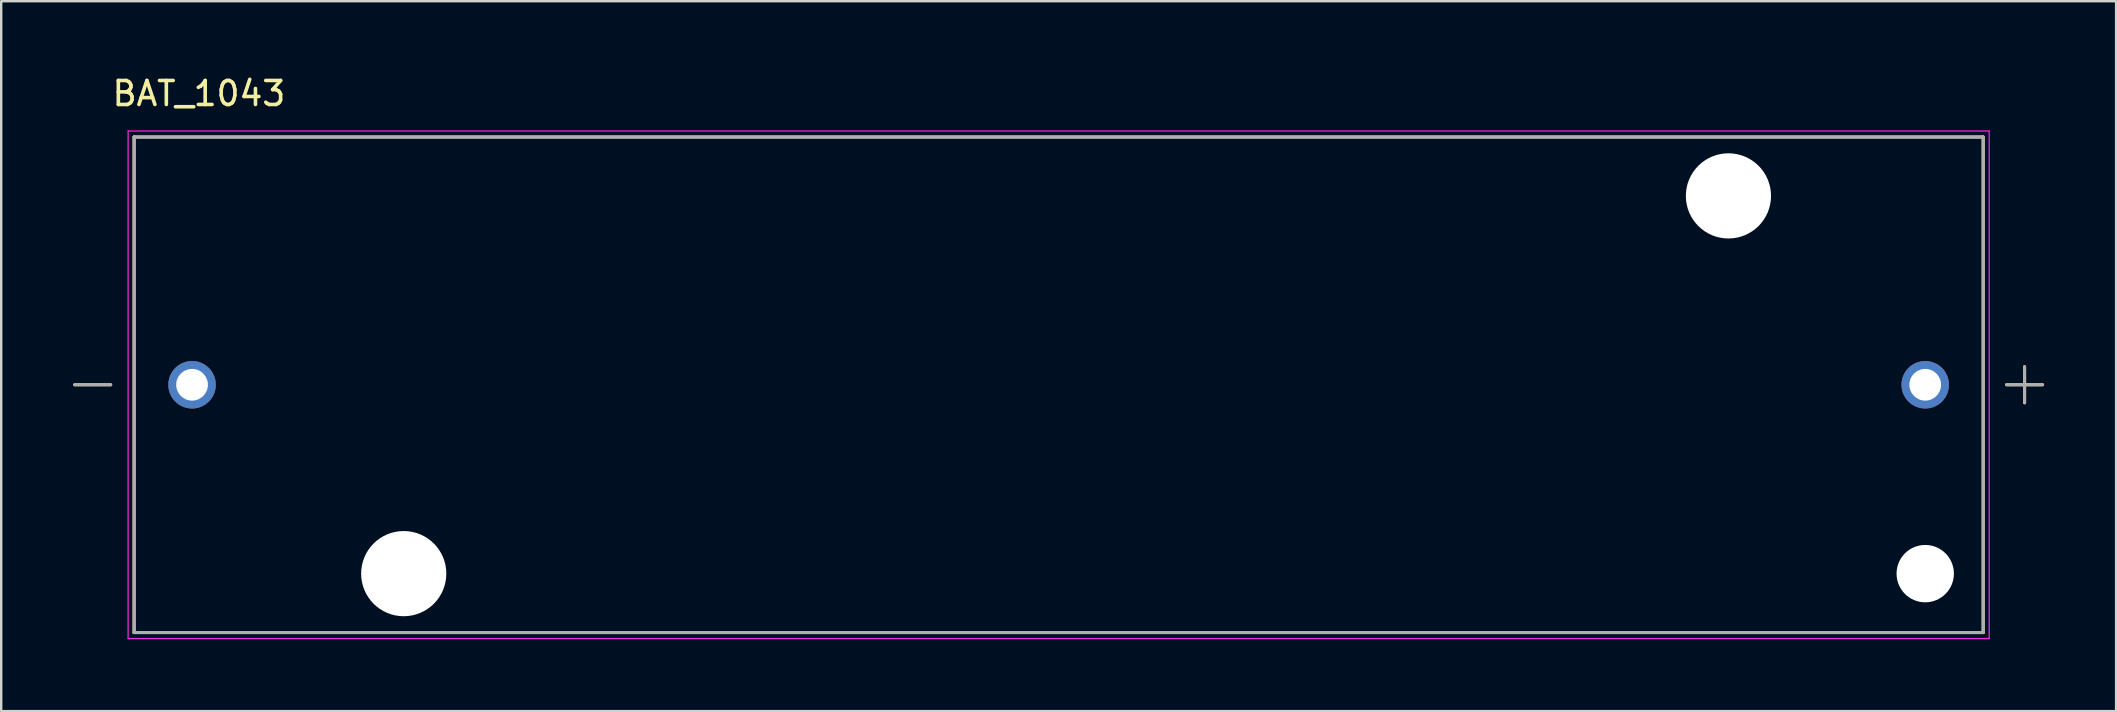
<source format=kicad_pcb>
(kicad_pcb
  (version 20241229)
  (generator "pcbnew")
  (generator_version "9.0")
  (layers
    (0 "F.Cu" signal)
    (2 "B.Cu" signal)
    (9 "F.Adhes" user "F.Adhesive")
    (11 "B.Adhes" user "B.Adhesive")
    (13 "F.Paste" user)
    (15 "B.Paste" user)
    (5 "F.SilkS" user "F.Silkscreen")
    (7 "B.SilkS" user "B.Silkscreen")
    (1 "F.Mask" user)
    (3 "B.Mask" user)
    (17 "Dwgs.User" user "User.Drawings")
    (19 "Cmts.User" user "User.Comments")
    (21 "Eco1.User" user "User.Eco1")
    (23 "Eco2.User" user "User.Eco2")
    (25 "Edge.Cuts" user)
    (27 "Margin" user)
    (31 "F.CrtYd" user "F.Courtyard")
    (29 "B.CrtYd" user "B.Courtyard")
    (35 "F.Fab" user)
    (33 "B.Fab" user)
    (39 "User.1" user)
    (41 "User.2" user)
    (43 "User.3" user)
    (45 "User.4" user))
  (footprint "BAT_1043"
    (layer "F.Cu")
    (at 41.063 12.983)
    (property "Reference" "BAT_1043" (at -35.825 -12.135 0) (layer "F.SilkS") (effects (font (size 1 1) (thickness 0.15))))
    (attr through_hole)
    (fp_line (start -39.5 0) (end -41 0) (stroke (width 0.127) (type solid)) (layer "F.SilkS"))
    (fp_line (start -38.525 -10.325) (end -38.525 10.325) (stroke (width 0.127) (type solid)) (layer "F.SilkS"))
    (fp_line (start -38.525 10.325) (end 38.525 10.325) (stroke (width 0.127) (type solid)) (layer "F.SilkS"))
    (fp_line (start 38.525 -10.325) (end -38.525 -10.325) (stroke (width 0.127) (type solid)) (layer "F.SilkS"))
    (fp_line (start 38.525 10.325) (end 38.525 -10.325) (stroke (width 0.127) (type solid)) (layer "F.SilkS"))
    (fp_line (start 39.5 0) (end 41 0) (stroke (width 0.127) (type solid)) (layer "F.SilkS"))
    (fp_line (start 40.25 0.75) (end 40.25 -0.75) (stroke (width 0.127) (type solid)) (layer "F.SilkS"))
    (fp_line (start -38.775 -10.575) (end -38.775 10.575) (stroke (width 0.05) (type solid)) (layer "F.CrtYd"))
    (fp_line (start -38.775 10.575) (end 38.775 10.575) (stroke (width 0.05) (type solid)) (layer "F.CrtYd"))
    (fp_line (start 38.775 -10.575) (end -38.775 -10.575) (stroke (width 0.05) (type solid)) (layer "F.CrtYd"))
    (fp_line (start 38.775 10.575) (end 38.775 -10.575) (stroke (width 0.05) (type solid)) (layer "F.CrtYd"))
    (fp_line (start -39.5 0) (end -41 0) (stroke (width 0.127) (type solid)) (layer "F.Fab"))
    (fp_line (start -38.525 -10.325) (end -38.525 10.325) (stroke (width 0.127) (type solid)) (layer "F.Fab"))
    (fp_line (start -38.525 10.325) (end 38.525 10.325) (stroke (width 0.127) (type solid)) (layer "F.Fab"))
    (fp_line (start 38.525 -10.325) (end -38.525 -10.325) (stroke (width 0.127) (type solid)) (layer "F.Fab"))
    (fp_line (start 38.525 10.325) (end 38.525 -10.325) (stroke (width 0.127) (type solid)) (layer "F.Fab"))
    (fp_line (start 39.5 0) (end 41 0) (stroke (width 0.127) (type solid)) (layer "F.Fab"))
    (fp_line (start 40.25 0.75) (end 40.25 -0.75) (stroke (width 0.127) (type solid)) (layer "F.Fab"))
    (pad "" np_thru_hole circle (at -27.29 7.87) (size 3.55 3.55) (drill 3.55) (layers "*.Cu" "*.Mask"))
    (pad "" np_thru_hole circle (at 27.91 -7.87) (size 3.55 3.55) (drill 3.55) (layers "*.Cu" "*.Mask"))
    (pad "" np_thru_hole circle (at 36.11 7.87) (size 2.39 2.39) (drill 2.39) (layers "*.Cu" "*.Mask"))
    (pad "N" thru_hole circle (at -36.11 0) (size 1.98 1.98) (drill 1.32) (layers "*.Cu" "*.Mask"))
    (pad "P" thru_hole circle (at 36.11 0) (size 1.98 1.98) (drill 1.32) (layers "*.Cu" "*.Mask")))
  (gr_rect
    (start -3 -3)
    (end 85.127 26.583)
    (stroke (width 0.1) (type default))
    (fill no)
    (layer "Edge.Cuts")))
</source>
